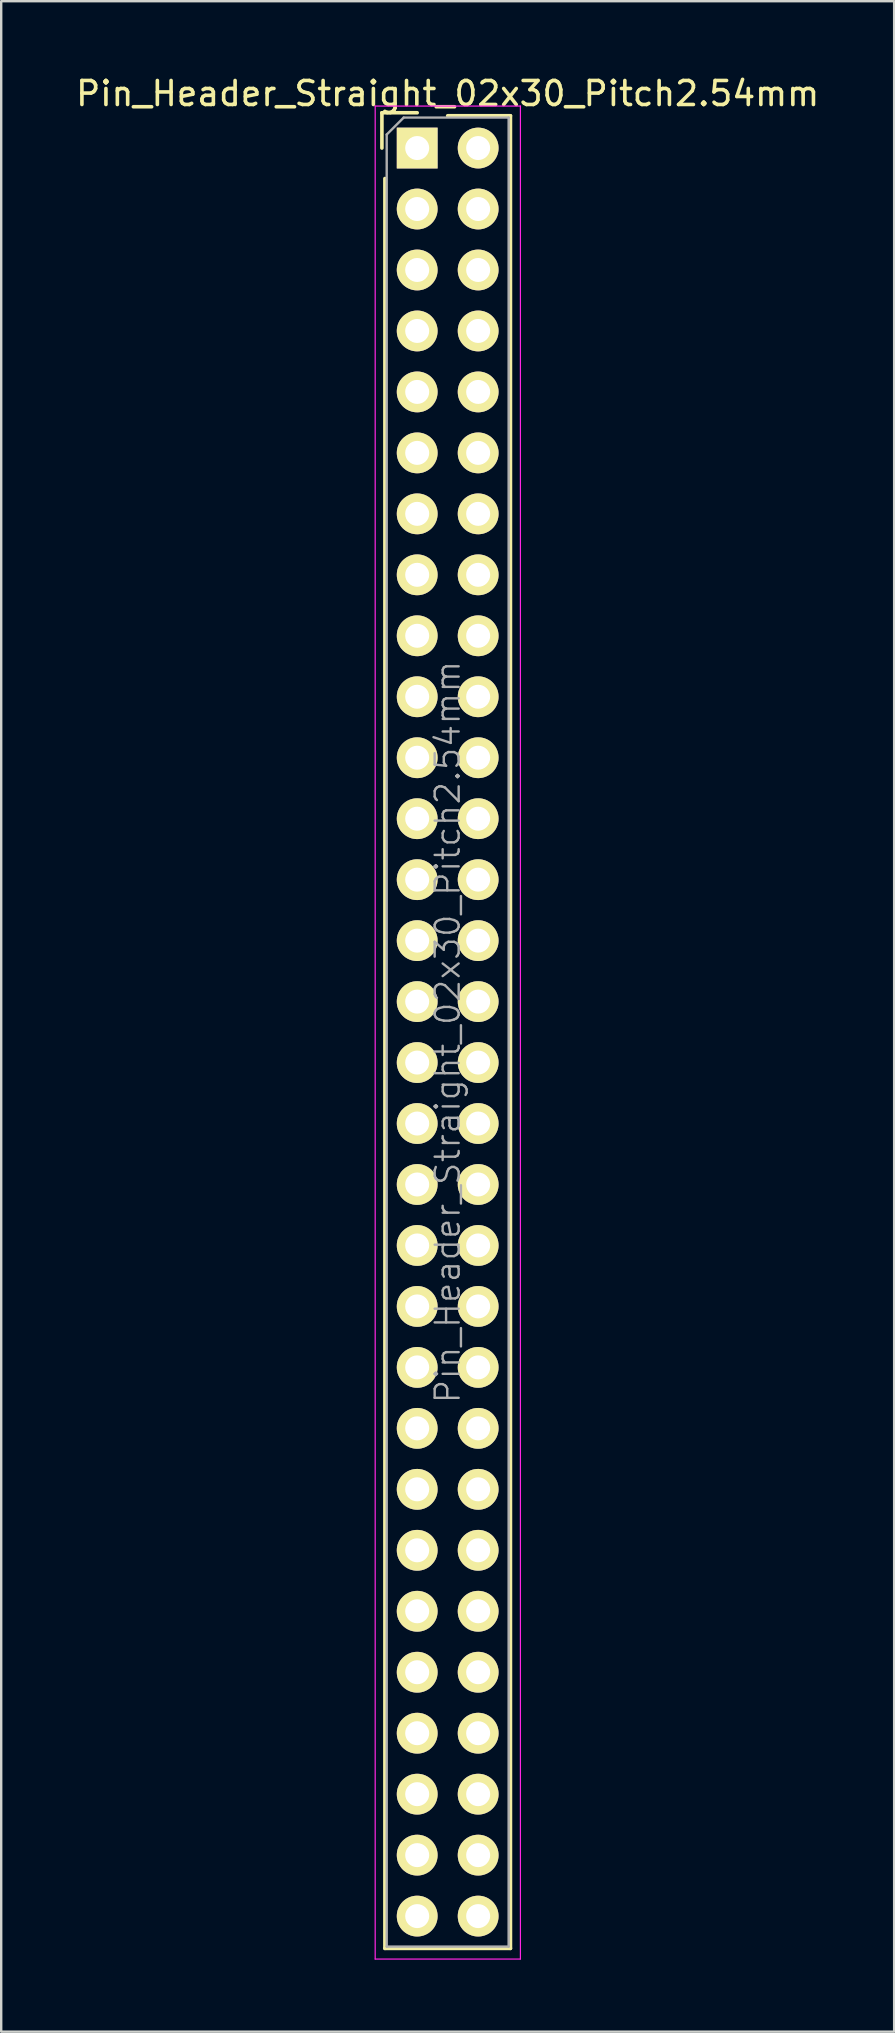
<source format=kicad_pcb>
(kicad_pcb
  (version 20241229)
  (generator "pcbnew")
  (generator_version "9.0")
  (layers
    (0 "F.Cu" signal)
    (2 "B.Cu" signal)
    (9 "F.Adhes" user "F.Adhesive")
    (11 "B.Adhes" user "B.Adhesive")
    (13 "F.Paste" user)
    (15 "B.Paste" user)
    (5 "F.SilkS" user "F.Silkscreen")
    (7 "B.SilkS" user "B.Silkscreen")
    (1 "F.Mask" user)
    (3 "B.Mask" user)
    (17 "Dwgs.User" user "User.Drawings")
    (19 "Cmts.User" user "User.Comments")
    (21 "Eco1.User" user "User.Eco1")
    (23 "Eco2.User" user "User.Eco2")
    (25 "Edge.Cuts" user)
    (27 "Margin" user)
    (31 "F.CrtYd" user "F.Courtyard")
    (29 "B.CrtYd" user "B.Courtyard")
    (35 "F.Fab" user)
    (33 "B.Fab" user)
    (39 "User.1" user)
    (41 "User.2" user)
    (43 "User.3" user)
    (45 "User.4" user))
  (footprint "Pin_Header_Straight_02x30_Pitch2.54mm"
    (layer "F.Cu")
    (at 14.331 3.118)
    (property "Reference" "Pin_Header_Straight_02x30_Pitch2.54mm" (at 1.27 -2.27 0) (layer "F.SilkS") (effects (font (size 1 1) (thickness 0.15))))
    (attr smd)
    (fp_line (start -1.47 -1.47) (end -1.47 0) (stroke (width 0.15) (type solid)) (layer "F.SilkS"))
    (fp_line (start -1.47 -1.47) (end 0 -1.47) (stroke (width 0.15) (type solid)) (layer "F.SilkS"))
    (fp_line (start -1.345 1.27) (end -1.345 75.005) (stroke (width 0.15) (type solid)) (layer "F.SilkS"))
    (fp_line (start -1.345 75.005) (end 3.885 75.005) (stroke (width 0.15) (type solid)) (layer "F.SilkS"))
    (fp_line (start 1.27 -1.345) (end 3.885 -1.345) (stroke (width 0.15) (type solid)) (layer "F.SilkS"))
    (fp_line (start 3.885 -1.345) (end 3.885 75.005) (stroke (width 0.15) (type solid)) (layer "F.SilkS"))
    (fp_line (start -1.75 -1.75) (end -1.75 75.45) (stroke (width 0.05) (type solid)) (layer "F.CrtYd"))
    (fp_line (start 4.3 -1.75) (end -1.75 -1.75) (stroke (width 0.05) (type solid)) (layer "F.CrtYd"))
    (fp_line (start 4.3 -1.75) (end 4.3 75.45) (stroke (width 0.05) (type solid)) (layer "F.CrtYd"))
    (fp_line (start 4.3 75.45) (end -1.75 75.45) (stroke (width 0.05) (type solid)) (layer "F.CrtYd"))
    (fp_line (start -1.27 -0.563) (end -0.563 -1.27) (stroke (width 0.1) (type solid)) (layer "F.Fab"))
    (fp_line (start -1.27 74.93) (end -1.27 -0.563) (stroke (width 0.1) (type solid)) (layer "F.Fab"))
    (fp_line (start 3.81 -1.27) (end -0.563 -1.27) (stroke (width 0.1) (type solid)) (layer "F.Fab"))
    (fp_line (start 3.81 74.93) (end -1.27 74.93) (stroke (width 0.1) (type solid)) (layer "F.Fab"))
    (fp_line (start 3.81 74.93) (end 3.81 -1.27) (stroke (width 0.1) (type solid)) (layer "F.Fab"))
    (fp_text user "${REFERENCE}" (at 1.27 36.83 90) (layer "F.Fab") (effects (font (size 1 1) (thickness 0.1))))
    (pad "1" thru_hole rect (at 0 0) (size 1.7 1.7) (drill 1) (layers "*.Cu" "*.Mask" "F.SilkS"))
    (pad "2" thru_hole oval (at 2.54 0) (size 1.7 1.7) (drill 1) (layers "*.Cu" "*.Mask" "F.SilkS"))
    (pad "3" thru_hole oval (at 0 2.54) (size 1.7 1.7) (drill 1) (layers "*.Cu" "*.Mask" "F.SilkS"))
    (pad "4" thru_hole oval (at 2.54 2.54) (size 1.7 1.7) (drill 1) (layers "*.Cu" "*.Mask" "F.SilkS"))
    (pad "5" thru_hole oval (at 0 5.08) (size 1.7 1.7) (drill 1) (layers "*.Cu" "*.Mask" "F.SilkS"))
    (pad "6" thru_hole oval (at 2.54 5.08) (size 1.7 1.7) (drill 1) (layers "*.Cu" "*.Mask" "F.SilkS"))
    (pad "7" thru_hole oval (at 0 7.62) (size 1.7 1.7) (drill 1) (layers "*.Cu" "*.Mask" "F.SilkS"))
    (pad "8" thru_hole oval (at 2.54 7.62) (size 1.7 1.7) (drill 1) (layers "*.Cu" "*.Mask" "F.SilkS"))
    (pad "9" thru_hole oval (at 0 10.16) (size 1.7 1.7) (drill 1) (layers "*.Cu" "*.Mask" "F.SilkS"))
    (pad "10" thru_hole oval (at 2.54 10.16) (size 1.7 1.7) (drill 1) (layers "*.Cu" "*.Mask" "F.SilkS"))
    (pad "11" thru_hole oval (at 0 12.7) (size 1.7 1.7) (drill 1) (layers "*.Cu" "*.Mask" "F.SilkS"))
    (pad "12" thru_hole oval (at 2.54 12.7) (size 1.7 1.7) (drill 1) (layers "*.Cu" "*.Mask" "F.SilkS"))
    (pad "13" thru_hole oval (at 0 15.24) (size 1.7 1.7) (drill 1) (layers "*.Cu" "*.Mask" "F.SilkS"))
    (pad "14" thru_hole oval (at 2.54 15.24) (size 1.7 1.7) (drill 1) (layers "*.Cu" "*.Mask" "F.SilkS"))
    (pad "15" thru_hole oval (at 0 17.78) (size 1.7 1.7) (drill 1) (layers "*.Cu" "*.Mask" "F.SilkS"))
    (pad "16" thru_hole oval (at 2.54 17.78) (size 1.7 1.7) (drill 1) (layers "*.Cu" "*.Mask" "F.SilkS"))
    (pad "17" thru_hole oval (at 0 20.32) (size 1.7 1.7) (drill 1) (layers "*.Cu" "*.Mask" "F.SilkS"))
    (pad "18" thru_hole oval (at 2.54 20.32) (size 1.7 1.7) (drill 1) (layers "*.Cu" "*.Mask" "F.SilkS"))
    (pad "19" thru_hole oval (at 0 22.86) (size 1.7 1.7) (drill 1) (layers "*.Cu" "*.Mask" "F.SilkS"))
    (pad "20" thru_hole oval (at 2.54 22.86) (size 1.7 1.7) (drill 1) (layers "*.Cu" "*.Mask" "F.SilkS"))
    (pad "21" thru_hole oval (at 0 25.4) (size 1.7 1.7) (drill 1) (layers "*.Cu" "*.Mask" "F.SilkS"))
    (pad "22" thru_hole oval (at 2.54 25.4) (size 1.7 1.7) (drill 1) (layers "*.Cu" "*.Mask" "F.SilkS"))
    (pad "23" thru_hole oval (at 0 27.94) (size 1.7 1.7) (drill 1) (layers "*.Cu" "*.Mask" "F.SilkS"))
    (pad "24" thru_hole oval (at 2.54 27.94) (size 1.7 1.7) (drill 1) (layers "*.Cu" "*.Mask" "F.SilkS"))
    (pad "25" thru_hole oval (at 0 30.48) (size 1.7 1.7) (drill 1) (layers "*.Cu" "*.Mask" "F.SilkS"))
    (pad "26" thru_hole oval (at 2.54 30.48) (size 1.7 1.7) (drill 1) (layers "*.Cu" "*.Mask" "F.SilkS"))
    (pad "27" thru_hole oval (at 0 33.02) (size 1.7 1.7) (drill 1) (layers "*.Cu" "*.Mask" "F.SilkS"))
    (pad "28" thru_hole oval (at 2.54 33.02) (size 1.7 1.7) (drill 1) (layers "*.Cu" "*.Mask" "F.SilkS"))
    (pad "29" thru_hole oval (at 0 35.56) (size 1.7 1.7) (drill 1) (layers "*.Cu" "*.Mask" "F.SilkS"))
    (pad "30" thru_hole oval (at 2.54 35.56) (size 1.7 1.7) (drill 1) (layers "*.Cu" "*.Mask" "F.SilkS"))
    (pad "31" thru_hole oval (at 0 38.1) (size 1.7 1.7) (drill 1) (layers "*.Cu" "*.Mask" "F.SilkS"))
    (pad "32" thru_hole oval (at 2.54 38.1) (size 1.7 1.7) (drill 1) (layers "*.Cu" "*.Mask" "F.SilkS"))
    (pad "33" thru_hole oval (at 0 40.64) (size 1.7 1.7) (drill 1) (layers "*.Cu" "*.Mask" "F.SilkS"))
    (pad "34" thru_hole oval (at 2.54 40.64) (size 1.7 1.7) (drill 1) (layers "*.Cu" "*.Mask" "F.SilkS"))
    (pad "35" thru_hole oval (at 0 43.18) (size 1.7 1.7) (drill 1) (layers "*.Cu" "*.Mask" "F.SilkS"))
    (pad "36" thru_hole oval (at 2.54 43.18) (size 1.7 1.7) (drill 1) (layers "*.Cu" "*.Mask" "F.SilkS"))
    (pad "37" thru_hole oval (at 0 45.72) (size 1.7 1.7) (drill 1) (layers "*.Cu" "*.Mask" "F.SilkS"))
    (pad "38" thru_hole oval (at 2.54 45.72) (size 1.7 1.7) (drill 1) (layers "*.Cu" "*.Mask" "F.SilkS"))
    (pad "39" thru_hole oval (at 0 48.26) (size 1.7 1.7) (drill 1) (layers "*.Cu" "*.Mask" "F.SilkS"))
    (pad "40" thru_hole oval (at 2.54 48.26) (size 1.7 1.7) (drill 1) (layers "*.Cu" "*.Mask" "F.SilkS"))
    (pad "41" thru_hole oval (at 0 50.8) (size 1.7 1.7) (drill 1) (layers "*.Cu" "*.Mask" "F.SilkS"))
    (pad "42" thru_hole oval (at 2.54 50.8) (size 1.7 1.7) (drill 1) (layers "*.Cu" "*.Mask" "F.SilkS"))
    (pad "43" thru_hole oval (at 0 53.34) (size 1.7 1.7) (drill 1) (layers "*.Cu" "*.Mask" "F.SilkS"))
    (pad "44" thru_hole oval (at 2.54 53.34) (size 1.7 1.7) (drill 1) (layers "*.Cu" "*.Mask" "F.SilkS"))
    (pad "45" thru_hole oval (at 0 55.88) (size 1.7 1.7) (drill 1) (layers "*.Cu" "*.Mask" "F.SilkS"))
    (pad "46" thru_hole oval (at 2.54 55.88) (size 1.7 1.7) (drill 1) (layers "*.Cu" "*.Mask" "F.SilkS"))
    (pad "47" thru_hole oval (at 0 58.42) (size 1.7 1.7) (drill 1) (layers "*.Cu" "*.Mask" "F.SilkS"))
    (pad "48" thru_hole oval (at 2.54 58.42) (size 1.7 1.7) (drill 1) (layers "*.Cu" "*.Mask" "F.SilkS"))
    (pad "49" thru_hole oval (at 0 60.96) (size 1.7 1.7) (drill 1) (layers "*.Cu" "*.Mask" "F.SilkS"))
    (pad "50" thru_hole oval (at 2.54 60.96) (size 1.7 1.7) (drill 1) (layers "*.Cu" "*.Mask" "F.SilkS"))
    (pad "51" thru_hole oval (at 0 63.5) (size 1.7 1.7) (drill 1) (layers "*.Cu" "*.Mask" "F.SilkS"))
    (pad "52" thru_hole oval (at 2.54 63.5) (size 1.7 1.7) (drill 1) (layers "*.Cu" "*.Mask" "F.SilkS"))
    (pad "53" thru_hole oval (at 0 66.04) (size 1.7 1.7) (drill 1) (layers "*.Cu" "*.Mask" "F.SilkS"))
    (pad "54" thru_hole oval (at 2.54 66.04) (size 1.7 1.7) (drill 1) (layers "*.Cu" "*.Mask" "F.SilkS"))
    (pad "55" thru_hole oval (at 0 68.58) (size 1.7 1.7) (drill 1) (layers "*.Cu" "*.Mask" "F.SilkS"))
    (pad "56" thru_hole oval (at 2.54 68.58) (size 1.7 1.7) (drill 1) (layers "*.Cu" "*.Mask" "F.SilkS"))
    (pad "57" thru_hole oval (at 0 71.12) (size 1.7 1.7) (drill 1) (layers "*.Cu" "*.Mask" "F.SilkS"))
    (pad "58" thru_hole oval (at 2.54 71.12) (size 1.7 1.7) (drill 1) (layers "*.Cu" "*.Mask" "F.SilkS"))
    (pad "59" thru_hole oval (at 0 73.66) (size 1.7 1.7) (drill 1) (layers "*.Cu" "*.Mask" "F.SilkS"))
    (pad "60" thru_hole oval (at 2.54 73.66) (size 1.7 1.7) (drill 1) (layers "*.Cu" "*.Mask" "F.SilkS")))
  (gr_rect
    (start -3 -3)
    (end 34.202 81.593)
    (stroke (width 0.1) (type default))
    (fill no)
    (layer "Edge.Cuts")))
</source>
